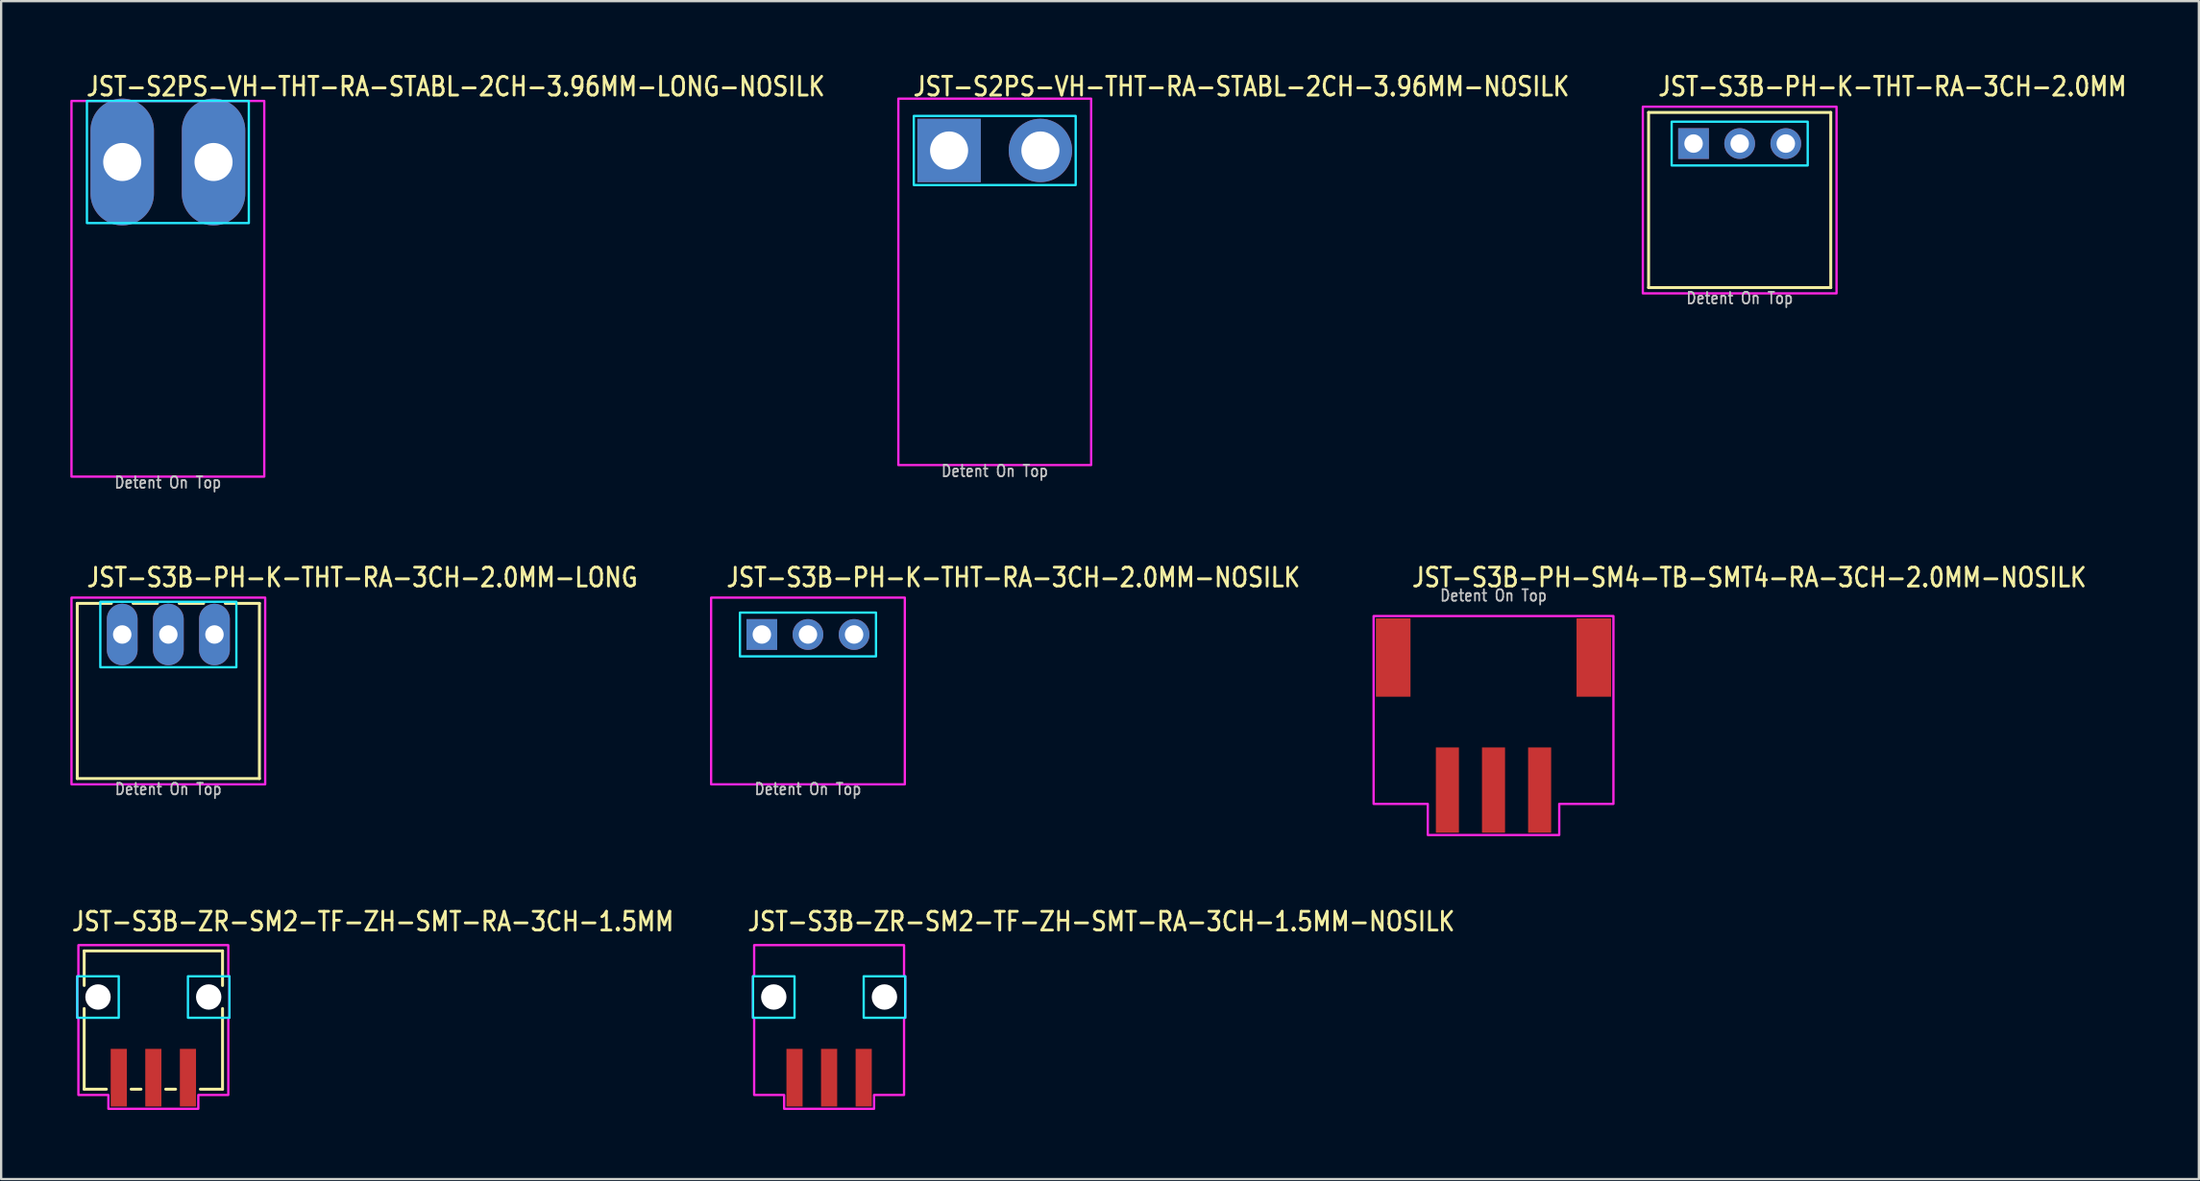
<source format=kicad_pcb>
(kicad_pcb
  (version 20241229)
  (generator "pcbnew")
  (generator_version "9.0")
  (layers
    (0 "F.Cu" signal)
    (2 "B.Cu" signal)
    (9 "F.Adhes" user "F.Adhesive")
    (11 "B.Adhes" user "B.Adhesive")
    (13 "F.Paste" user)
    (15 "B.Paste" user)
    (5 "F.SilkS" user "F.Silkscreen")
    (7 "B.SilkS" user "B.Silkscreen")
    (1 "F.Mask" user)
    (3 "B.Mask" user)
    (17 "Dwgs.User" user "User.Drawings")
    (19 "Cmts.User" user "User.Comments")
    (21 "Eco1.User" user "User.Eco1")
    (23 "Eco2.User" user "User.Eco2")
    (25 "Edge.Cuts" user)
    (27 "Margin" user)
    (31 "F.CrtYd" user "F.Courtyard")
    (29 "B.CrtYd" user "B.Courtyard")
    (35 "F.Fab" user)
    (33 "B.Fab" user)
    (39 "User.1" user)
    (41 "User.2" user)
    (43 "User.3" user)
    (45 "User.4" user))
  (footprint "JST-S2PS-VH-THT-RA-STABL-2CH-3.96MM-NOSILK"
    (layer "F.Cu")
    (at 40.087 3.479)
    (property "Reference" "JST-S2PS-VH-THT-RA-STABL-2CH-3.96MM-NOSILK" (at -3.6 -2.3 0) (unlocked yes) (layer "F.SilkS") (effects (font (size 0.813 0.695) (thickness 0.122)) (justify left bottom)))
    (fp_poly (pts (xy -3.51 -1.5) (xy -3.51 1.5) (xy 3.51 1.5) (xy 3.51 -1.5)) (stroke (width 0.1) (type solid)) (fill no) (layer "B.CrtYd"))
    (fp_poly (pts (xy -4.18 13.65) (xy 4.18 13.65) (xy 4.18 -2.25) (xy -4.18 -2.25)) (stroke (width 0.1) (type solid)) (fill no) (layer "F.CrtYd"))
    (fp_text user "Detent On Top" (at 0 14.2 0) (unlocked yes) (layer "Dwgs.User") (effects (font (size 0.5 0.427) (thickness 0.075)) (justify bottom)))
    (pad "P$1" thru_hole rect (at -1.98 0) (size 2.75 2.75) (drill 1.65) (layers "*.Cu" "*.Mask"))
    (pad "P$2" thru_hole oval (at 1.98 0) (size 2.75 2.75) (drill 1.65) (layers "*.Cu" "*.Mask")))
  (footprint "JST-S3B-ZR-SM2-TF-ZH-SMT-RA-3CH-1.5MM-NOSILK"
    (layer "F.Cu")
    (at 32.904 40.209)
    (property "Reference" "JST-S3B-ZR-SM2-TF-ZH-SMT-RA-3CH-1.5MM-NOSILK" (at -3.6 -2.8 0) (unlocked yes) (layer "F.SilkS") (effects (font (size 0.813 0.695) (thickness 0.122)) (justify left bottom)))
    (fp_poly (pts (xy -3.3 -0.9) (xy -3.3 0.9) (xy -1.5 0.9) (xy -1.5 -0.9)) (stroke (width 0.1) (type solid)) (fill no) (layer "B.CrtYd"))
    (fp_poly (pts (xy 3.3 -0.9) (xy 3.3 0.9) (xy 1.5 0.9) (xy 1.5 -0.9)) (stroke (width 0.1) (type solid)) (fill no) (layer "B.CrtYd"))
    (fp_poly (pts (xy -3.25 -2.25) (xy -3.25 -0.9) (xy -3.3 -0.9) (xy -3.3 0.9) (xy -3.25 0.9) (xy -3.25 4.25) (xy -1.95 4.25) (xy -1.95 4.85) (xy 1.95 4.85) (xy 1.95 4.25) (xy 3.25 4.25) (xy 3.25 0.9) (xy 3.3 0.9) (xy 3.3 -0.9) (xy 3.25 -0.9) (xy 3.25 -2.25)) (stroke (width 0.1) (type solid)) (fill no) (layer "F.CrtYd"))
    (pad "" np_thru_hole circle (at -2.4 0) (size 1.1 1.1) (drill 1.1) (layers "*.Cu" "*.Mask"))
    (pad "" np_thru_hole circle (at 2.4 0) (size 1.1 1.1) (drill 1.1) (layers "*.Cu" "*.Mask"))
    (pad "P$1" smd rect (at 1.5 3.5) (size 0.7 2.5) (layers "F.Cu" "F.Mask" "F.Paste"))
    (pad "P$2" smd rect (at 0 3.5) (size 0.7 2.5) (layers "F.Cu" "F.Mask" "F.Paste"))
    (pad "P$3" smd rect (at -1.5 3.5) (size 0.7 2.5) (layers "F.Cu" "F.Mask" "F.Paste")))
  (footprint "JST-S2PS-VH-THT-RA-STABL-2CH-3.96MM-LONG-NOSILK"
    (layer "F.Cu")
    (at 4.23 3.979)
    (property "Reference" "JST-S2PS-VH-THT-RA-STABL-2CH-3.96MM-LONG-NOSILK" (at -3.6 -2.8 0) (unlocked yes) (layer "F.SilkS") (effects (font (size 0.813 0.695) (thickness 0.122)) (justify left bottom)))
    (fp_poly (pts (xy -3.51 -2.65) (xy -3.51 2.65) (xy 3.51 2.65) (xy 3.51 -2.65)) (stroke (width 0.1) (type solid)) (fill no) (layer "B.CrtYd"))
    (fp_poly (pts (xy -4.18 -2.65) (xy -4.18 13.65) (xy 4.18 13.65) (xy 4.18 -2.65)) (stroke (width 0.1) (type solid)) (fill no) (layer "F.CrtYd"))
    (fp_text user "Detent On Top" (at 0 14.2 0) (unlocked yes) (layer "Dwgs.User") (effects (font (size 0.5 0.427) (thickness 0.075)) (justify bottom)))
    (pad "P$1" thru_hole oval (at -1.98 0 90) (size 5.5 2.75) (drill 1.65) (layers "*.Cu" "*.Mask"))
    (pad "P$2" thru_hole oval (at 1.98 0 90) (size 5.5 2.75) (drill 1.65) (layers "*.Cu" "*.Mask")))
  (footprint "JST-S3B-PH-K-THT-RA-3CH-2.0MM-LONG"
    (layer "F.Cu")
    (at 4.25 24.48)
    (property "Reference" "JST-S3B-PH-K-THT-RA-3CH-2.0MM-LONG" (at -3.6 -2 0) (unlocked yes) (layer "F.SilkS") (effects (font (size 0.813 0.695) (thickness 0.122)) (justify left bottom)))
    (fp_line (start -3.95 -1.35) (end -2.471 -1.35) (stroke (width 0.127) (type solid)) (layer "F.SilkS"))
    (fp_line (start -3.95 6.25) (end -3.95 -1.35) (stroke (width 0.127) (type solid)) (layer "F.SilkS"))
    (fp_line (start -3.95 6.25) (end 3.95 6.25) (stroke (width 0.127) (type solid)) (layer "F.SilkS"))
    (fp_line (start -1.529 -1.35) (end -0.471 -1.35) (stroke (width 0.127) (type solid)) (layer "F.SilkS"))
    (fp_line (start 0.471 -1.35) (end 1.529 -1.35) (stroke (width 0.127) (type solid)) (layer "F.SilkS"))
    (fp_line (start 2.471 -1.35) (end 3.95 -1.35) (stroke (width 0.127) (type solid)) (layer "F.SilkS"))
    (fp_line (start 3.95 -1.35) (end 3.95 6.25) (stroke (width 0.127) (type solid)) (layer "F.SilkS"))
    (fp_poly (pts (xy -2.95 -1.42) (xy -2.95 1.42) (xy 2.95 1.42) (xy 2.95 -1.42)) (stroke (width 0.1) (type solid)) (fill no) (layer "B.CrtYd"))
    (fp_poly (pts (xy -4.2 -1.6) (xy -4.2 6.5) (xy 4.2 6.5) (xy 4.2 -1.6)) (stroke (width 0.1) (type solid)) (fill no) (layer "F.CrtYd"))
    (fp_text user "Detent On Top" (at 0 7 0) (unlocked yes) (layer "Dwgs.User") (effects (font (size 0.5 0.427) (thickness 0.075)) (justify bottom)))
    (pad "P$1" thru_hole oval (at -2 0 90) (size 2.667 1.333) (drill 0.8) (layers "*.Cu" "*.Mask"))
    (pad "P$2" thru_hole oval (at 0 0 90) (size 2.667 1.333) (drill 0.8) (layers "*.Cu" "*.Mask"))
    (pad "P$3" thru_hole oval (at 2 0 90) (size 2.667 1.333) (drill 0.8) (layers "*.Cu" "*.Mask")))
  (footprint "JST-S3B-ZR-SM2-TF-ZH-SMT-RA-3CH-1.5MM"
    (layer "F.Cu")
    (at 3.6 40.209)
    (property "Reference" "JST-S3B-ZR-SM2-TF-ZH-SMT-RA-3CH-1.5MM" (at -3.6 -2.8 0) (unlocked yes) (layer "F.SilkS") (effects (font (size 0.813 0.695) (thickness 0.122)) (justify left bottom)))
    (fp_line (start -3 -2) (end -3 -0.5) (stroke (width 0.127) (type solid)) (layer "F.SilkS"))
    (fp_line (start -3 -2) (end 3 -2) (stroke (width 0.127) (type solid)) (layer "F.SilkS"))
    (fp_line (start -3 4) (end -3 0.5) (stroke (width 0.127) (type solid)) (layer "F.SilkS"))
    (fp_line (start -3 4) (end -2.037 4) (stroke (width 0.127) (type solid)) (layer "F.SilkS"))
    (fp_line (start -0.964 4) (end -0.536 4) (stroke (width 0.127) (type solid)) (layer "F.SilkS"))
    (fp_line (start 0.536 4) (end 0.964 4) (stroke (width 0.127) (type solid)) (layer "F.SilkS"))
    (fp_line (start 2.037 4) (end 3 4) (stroke (width 0.127) (type solid)) (layer "F.SilkS"))
    (fp_line (start 3 -0.5) (end 3 -2) (stroke (width 0.127) (type solid)) (layer "F.SilkS"))
    (fp_line (start 3 0.5) (end 3 4) (stroke (width 0.127) (type solid)) (layer "F.SilkS"))
    (fp_poly (pts (xy -3.3 -0.9) (xy -3.3 0.9) (xy -1.5 0.9) (xy -1.5 -0.9)) (stroke (width 0.1) (type solid)) (fill no) (layer "B.CrtYd"))
    (fp_poly (pts (xy 3.3 -0.9) (xy 3.3 0.9) (xy 1.5 0.9) (xy 1.5 -0.9)) (stroke (width 0.1) (type solid)) (fill no) (layer "B.CrtYd"))
    (fp_poly (pts (xy -3.25 -2.25) (xy -3.25 -0.9) (xy -3.3 -0.9) (xy -3.3 0.9) (xy -3.25 0.9) (xy -3.25 4.25) (xy -1.95 4.25) (xy -1.95 4.85) (xy 1.95 4.85) (xy 1.95 4.25) (xy 3.25 4.25) (xy 3.25 0.9) (xy 3.3 0.9) (xy 3.3 -0.9) (xy 3.25 -0.9) (xy 3.25 -2.25)) (stroke (width 0.1) (type solid)) (fill no) (layer "F.CrtYd"))
    (pad "" np_thru_hole circle (at -2.4 0) (size 1.1 1.1) (drill 1.1) (layers "*.Cu" "*.Mask"))
    (pad "" np_thru_hole circle (at 2.4 0) (size 1.1 1.1) (drill 1.1) (layers "*.Cu" "*.Mask"))
    (pad "P$1" smd rect (at 1.5 3.5) (size 0.7 2.5) (layers "F.Cu" "F.Mask" "F.Paste"))
    (pad "P$2" smd rect (at 0 3.5) (size 0.7 2.5) (layers "F.Cu" "F.Mask" "F.Paste"))
    (pad "P$3" smd rect (at -1.5 3.5) (size 0.7 2.5) (layers "F.Cu" "F.Mask" "F.Paste")))
  (footprint "JST-S3B-PH-K-THT-RA-3CH-2.0MM-NOSILK"
    (layer "F.Cu")
    (at 31.987 24.48)
    (property "Reference" "JST-S3B-PH-K-THT-RA-3CH-2.0MM-NOSILK" (at -3.6 -2 0) (unlocked yes) (layer "F.SilkS") (effects (font (size 0.813 0.695) (thickness 0.122)) (justify left bottom)))
    (fp_poly (pts (xy -2.95 -0.95) (xy -2.95 0.95) (xy 2.95 0.95) (xy 2.95 -0.95)) (stroke (width 0.1) (type solid)) (fill no) (layer "B.CrtYd"))
    (fp_poly (pts (xy -4.2 -1.6) (xy -4.2 6.5) (xy 4.2 6.5) (xy 4.2 -1.6)) (stroke (width 0.1) (type solid)) (fill no) (layer "F.CrtYd"))
    (fp_text user "Detent On Top" (at 0 7 0) (unlocked yes) (layer "Dwgs.User") (effects (font (size 0.5 0.427) (thickness 0.075)) (justify bottom)))
    (pad "P$1" thru_hole rect (at -2 0) (size 1.333 1.333) (drill 0.8) (layers "*.Cu" "*.Mask"))
    (pad "P$2" thru_hole oval (at 0 0) (size 1.333 1.333) (drill 0.8) (layers "*.Cu" "*.Mask"))
    (pad "P$3" thru_hole oval (at 2 0) (size 1.333 1.333) (drill 0.8) (layers "*.Cu" "*.Mask")))
  (footprint "JST-S3B-PH-K-THT-RA-3CH-2.0MM"
    (layer "F.Cu")
    (at 72.391 3.179)
    (property "Reference" "JST-S3B-PH-K-THT-RA-3CH-2.0MM" (at -3.6 -2 0) (unlocked yes) (layer "F.SilkS") (effects (font (size 0.813 0.695) (thickness 0.122)) (justify left bottom)))
    (fp_line (start -3.95 -1.35) (end 3.95 -1.35) (stroke (width 0.127) (type solid)) (layer "F.SilkS"))
    (fp_line (start -3.95 6.25) (end -3.95 -1.35) (stroke (width 0.127) (type solid)) (layer "F.SilkS"))
    (fp_line (start -3.95 6.25) (end 3.95 6.25) (stroke (width 0.127) (type solid)) (layer "F.SilkS"))
    (fp_line (start 3.95 -1.35) (end 3.95 6.25) (stroke (width 0.127) (type solid)) (layer "F.SilkS"))
    (fp_poly (pts (xy -2.95 -0.95) (xy -2.95 0.95) (xy 2.95 0.95) (xy 2.95 -0.95)) (stroke (width 0.1) (type solid)) (fill no) (layer "B.CrtYd"))
    (fp_poly (pts (xy -4.2 -1.6) (xy -4.2 6.5) (xy 4.2 6.5) (xy 4.2 -1.6)) (stroke (width 0.1) (type solid)) (fill no) (layer "F.CrtYd"))
    (fp_text user "Detent On Top" (at 0 7 0) (unlocked yes) (layer "Dwgs.User") (effects (font (size 0.5 0.427) (thickness 0.075)) (justify bottom)))
    (pad "P$1" thru_hole rect (at -2 0) (size 1.333 1.333) (drill 0.8) (layers "*.Cu" "*.Mask"))
    (pad "P$2" thru_hole oval (at 0 0) (size 1.333 1.333) (drill 0.8) (layers "*.Cu" "*.Mask"))
    (pad "P$3" thru_hole oval (at 2 0) (size 1.333 1.333) (drill 0.8) (layers "*.Cu" "*.Mask")))
  (footprint "JST-S3B-PH-SM4-TB-SMT4-RA-3CH-2.0MM-NOSILK"
    (layer "F.Cu")
    (at 61.716 25.48)
    (property "Reference" "JST-S3B-PH-SM4-TB-SMT4-RA-3CH-2.0MM-NOSILK" (at -3.6 -3 0) (unlocked yes) (layer "F.SilkS") (effects (font (size 0.813 0.695) (thickness 0.122)) (justify left bottom)))
    (fp_poly (pts (xy -5.2 -1.8) (xy -5.2 6.35) (xy -2.85 6.35) (xy -2.85 7.7) (xy 2.85 7.7) (xy 2.85 6.35) (xy 5.2 6.35) (xy 5.2 -1.8)) (stroke (width 0.1) (type solid)) (fill no) (layer "F.CrtYd"))
    (fp_text user "Detent On Top" (at 0 -2.4 0) (unlocked yes) (layer "Dwgs.User") (effects (font (size 0.5 0.427) (thickness 0.075)) (justify bottom)))
    (pad "P$1" smd rect (at 2 5.75) (size 1 3.7) (layers "F.Cu" "F.Mask" "F.Paste"))
    (pad "P$2" smd rect (at 0 5.75) (size 1 3.7) (layers "F.Cu" "F.Mask" "F.Paste"))
    (pad "P$3" smd rect (at -2 5.75) (size 1 3.7) (layers "F.Cu" "F.Mask" "F.Paste"))
    (pad "S$1" smd rect (at -4.35 0) (size 1.5 3.4) (layers "F.Cu" "F.Mask" "F.Paste"))
    (pad "S$2" smd rect (at 4.35 0) (size 1.5 3.4) (layers "F.Cu" "F.Mask" "F.Paste")))
  (gr_rect
    (start -3 -3)
    (end 92.303 48.109)
    (stroke (width 0.1) (type default))
    (fill no)
    (layer "Edge.Cuts")))
</source>
